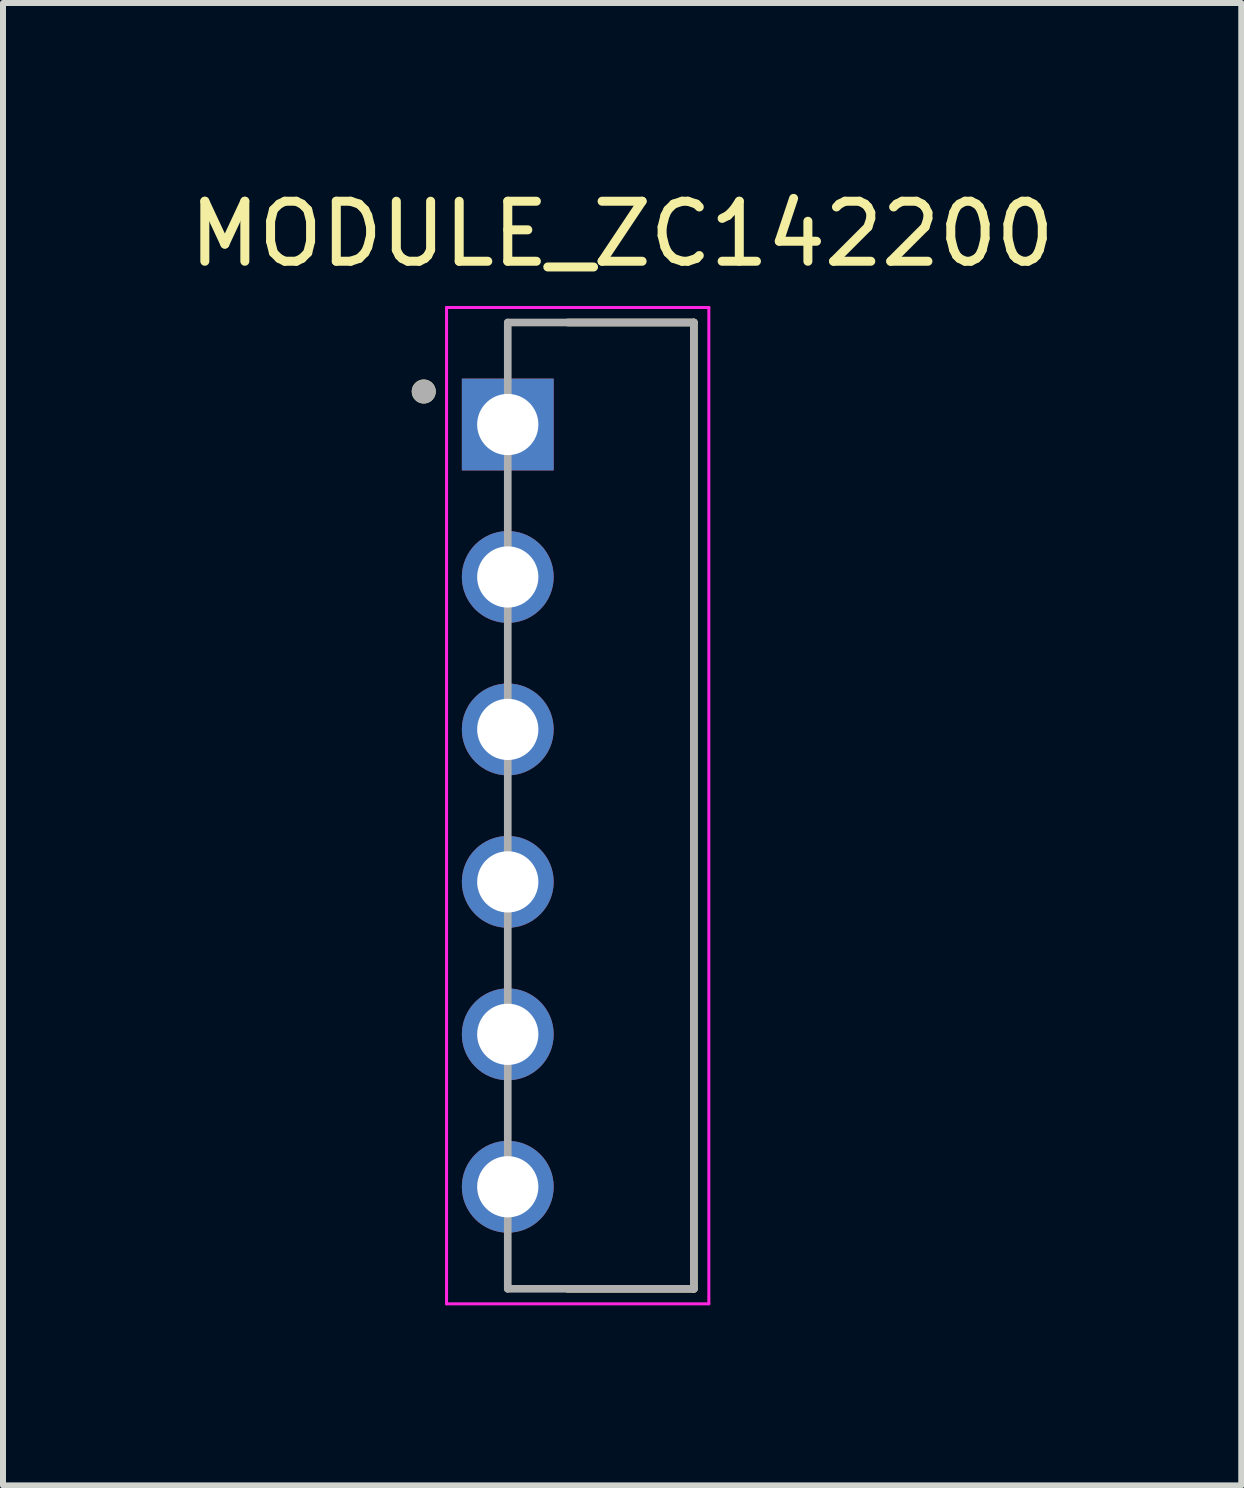
<source format=kicad_pcb>
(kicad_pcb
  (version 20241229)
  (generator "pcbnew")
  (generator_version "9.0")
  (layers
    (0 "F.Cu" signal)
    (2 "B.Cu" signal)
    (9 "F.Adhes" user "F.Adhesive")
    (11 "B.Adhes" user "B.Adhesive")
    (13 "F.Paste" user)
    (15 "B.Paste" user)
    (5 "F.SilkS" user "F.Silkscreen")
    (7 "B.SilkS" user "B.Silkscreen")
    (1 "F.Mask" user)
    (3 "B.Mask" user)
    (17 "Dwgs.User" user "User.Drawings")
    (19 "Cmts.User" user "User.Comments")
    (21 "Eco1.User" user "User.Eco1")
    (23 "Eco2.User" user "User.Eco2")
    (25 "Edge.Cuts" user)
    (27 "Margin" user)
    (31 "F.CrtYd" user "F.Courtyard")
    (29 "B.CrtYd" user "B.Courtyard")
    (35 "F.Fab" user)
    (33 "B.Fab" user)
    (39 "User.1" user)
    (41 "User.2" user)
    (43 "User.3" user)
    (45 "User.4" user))
  (footprint "MODULE_ZC142200"
    (layer "F.Cu")
    (at 5.41 10.373)
    (property "Reference" "MODULE_ZC142200" (at 1.905 -9.525 0) (layer "F.SilkS") (effects (font (size 1 1) (thickness 0.15))))
    (attr through_hole)
    (fp_line (start 1 -8.05) (end 3.1 -8.05) (stroke (width 0.127) (type solid)) (layer "F.SilkS"))
    (fp_line (start 3.1 -8.05) (end 3.1 8.05) (stroke (width 0.127) (type solid)) (layer "F.SilkS"))
    (fp_line (start 3.1 8.05) (end 1 8.05) (stroke (width 0.127) (type solid)) (layer "F.SilkS"))
    (fp_circle (center -1.4 -6.9) (end -1.3 -6.9) (stroke (width 0.2) (type solid)) (fill no) (layer "F.SilkS"))
    (fp_line (start -1.02 -8.3) (end 3.35 -8.3) (stroke (width 0.05) (type solid)) (layer "F.CrtYd"))
    (fp_line (start -1.02 8.3) (end -1.02 -8.3) (stroke (width 0.05) (type solid)) (layer "F.CrtYd"))
    (fp_line (start 3.35 -8.3) (end 3.35 8.3) (stroke (width 0.05) (type solid)) (layer "F.CrtYd"))
    (fp_line (start 3.35 8.3) (end -1.02 8.3) (stroke (width 0.05) (type solid)) (layer "F.CrtYd"))
    (fp_line (start 0 -8.05) (end 0 8.05) (stroke (width 0.127) (type solid)) (layer "F.Fab"))
    (fp_line (start 0 8.05) (end 3.1 8.05) (stroke (width 0.127) (type solid)) (layer "F.Fab"))
    (fp_line (start 3.1 -8.05) (end 0 -8.05) (stroke (width 0.127) (type solid)) (layer "F.Fab"))
    (fp_line (start 3.1 8.05) (end 3.1 -8.05) (stroke (width 0.127) (type solid)) (layer "F.Fab"))
    (fp_circle (center -1.4 -6.9) (end -1.3 -6.9) (stroke (width 0.2) (type solid)) (fill no) (layer "F.Fab"))
    (pad "1" thru_hole rect (at 0 -6.35) (size 1.53 1.53) (drill 1.02) (layers "*.Cu" "*.Mask"))
    (pad "2" thru_hole circle (at 0 -3.81) (size 1.53 1.53) (drill 1.02) (layers "*.Cu" "*.Mask"))
    (pad "3" thru_hole circle (at 0 -1.27) (size 1.53 1.53) (drill 1.02) (layers "*.Cu" "*.Mask"))
    (pad "4" thru_hole circle (at 0 1.27) (size 1.53 1.53) (drill 1.02) (layers "*.Cu" "*.Mask"))
    (pad "5" thru_hole circle (at 0 3.81) (size 1.53 1.53) (drill 1.02) (layers "*.Cu" "*.Mask"))
    (pad "6" thru_hole circle (at 0 6.35) (size 1.53 1.53) (drill 1.02) (layers "*.Cu" "*.Mask")))
  (gr_rect
    (start -3 -3)
    (end 17.631 21.698)
    (stroke (width 0.1) (type default))
    (fill no)
    (layer "Edge.Cuts")))
</source>
